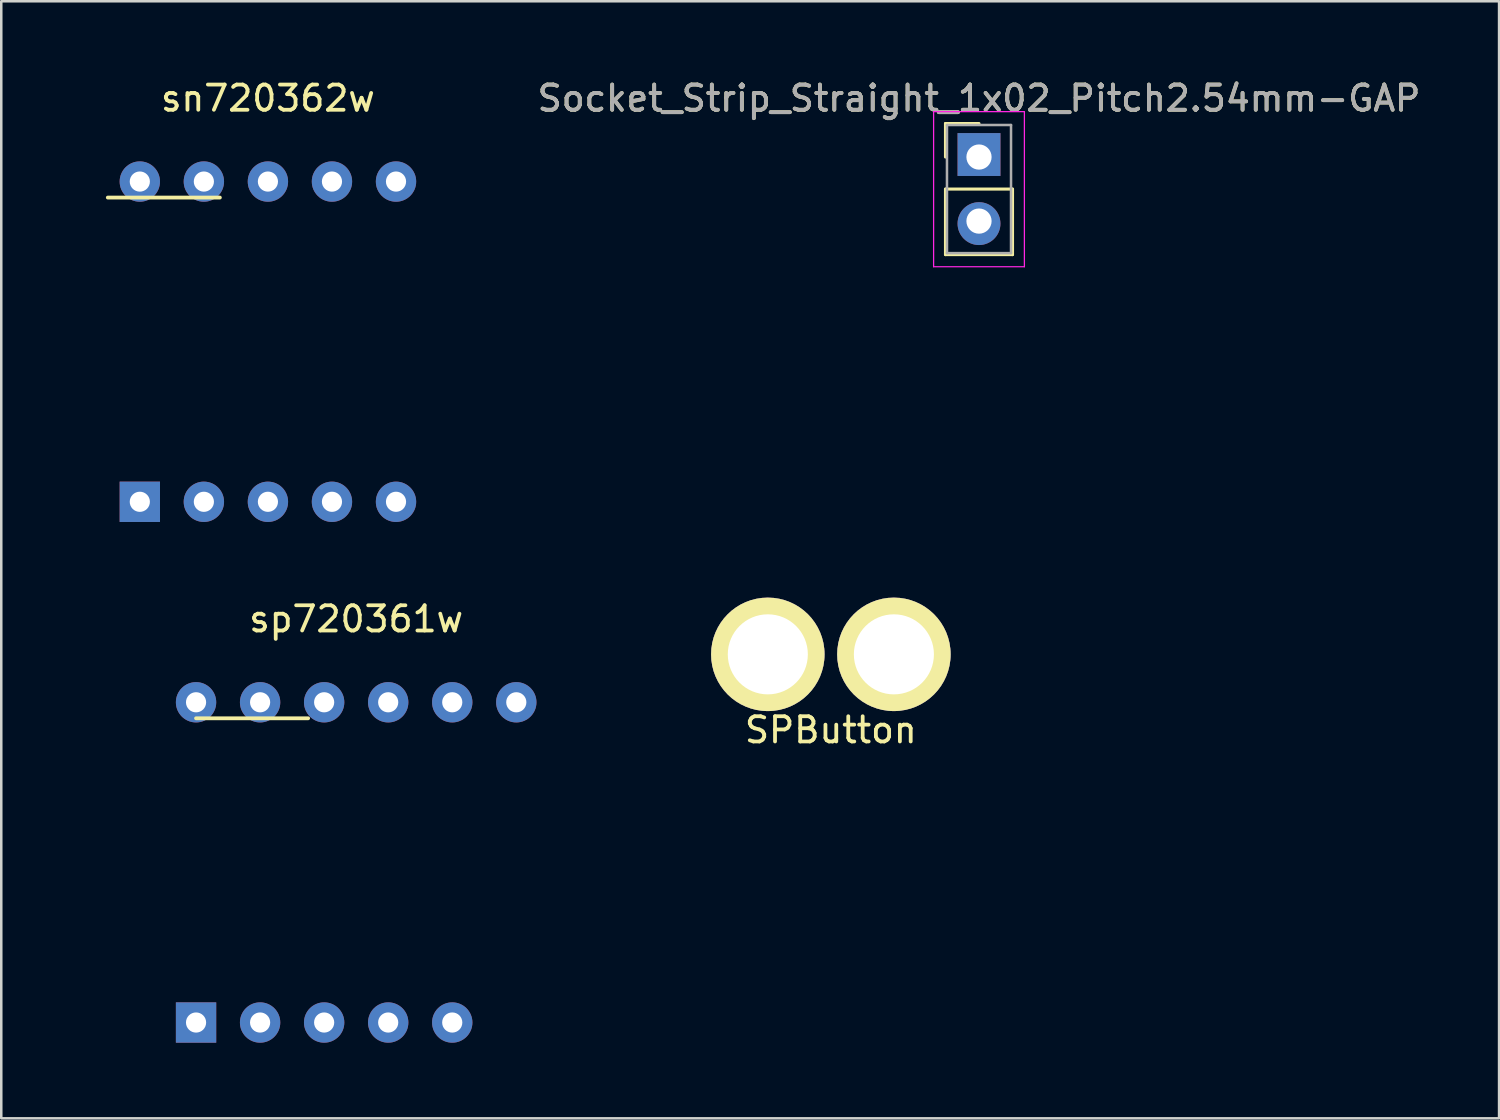
<source format=kicad_pcb>
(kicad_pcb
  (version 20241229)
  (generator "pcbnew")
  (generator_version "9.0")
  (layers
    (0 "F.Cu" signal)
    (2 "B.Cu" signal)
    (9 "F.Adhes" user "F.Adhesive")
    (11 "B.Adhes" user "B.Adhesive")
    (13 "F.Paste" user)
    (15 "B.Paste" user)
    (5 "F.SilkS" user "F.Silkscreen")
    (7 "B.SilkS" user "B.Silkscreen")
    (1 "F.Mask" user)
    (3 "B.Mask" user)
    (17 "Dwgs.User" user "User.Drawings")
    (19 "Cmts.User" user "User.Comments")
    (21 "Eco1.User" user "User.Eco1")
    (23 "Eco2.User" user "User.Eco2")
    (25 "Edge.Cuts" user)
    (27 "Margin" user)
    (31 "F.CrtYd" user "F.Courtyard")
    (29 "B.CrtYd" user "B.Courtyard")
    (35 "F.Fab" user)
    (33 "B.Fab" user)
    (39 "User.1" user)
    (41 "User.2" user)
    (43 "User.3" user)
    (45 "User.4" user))
  (footprint "sp720361w"
    (layer "F.Cu")
    (at 11.075 31.151)
    (property "Reference" "sp720361w" (at 0 -9.652 0) (layer "F.SilkS") (effects (font (size 1 1) (thickness 0.15))))
    (attr through_hole)
    (fp_line (start -6.35 -5.715) (end -1.905 -5.715) (stroke (width 0.15) (type solid)) (layer "F.SilkS"))
    (fp_line (start -11 -7) (end -11 7) (stroke (width 0.15) (type solid)) (layer "B.Paste"))
    (fp_line (start -11 7) (end 11 7) (stroke (width 0.15) (type solid)) (layer "B.Paste"))
    (fp_line (start -9 -1) (end -9 -5) (stroke (width 0.15) (type solid)) (layer "B.Paste"))
    (fp_line (start -9 5) (end -9 1) (stroke (width 0.15) (type solid)) (layer "B.Paste"))
    (fp_line (start -8 -5) (end -6 -5) (stroke (width 0.15) (type solid)) (layer "B.Paste"))
    (fp_line (start -8 -1) (end -6 -1) (stroke (width 0.15) (type solid)) (layer "B.Paste"))
    (fp_line (start -8 1) (end -6 1) (stroke (width 0.15) (type solid)) (layer "B.Paste"))
    (fp_line (start -8 5) (end -6 5) (stroke (width 0.15) (type solid)) (layer "B.Paste"))
    (fp_line (start -5 -1) (end -5 -5) (stroke (width 0.15) (type solid)) (layer "B.Paste"))
    (fp_line (start -5 5) (end -5 1) (stroke (width 0.15) (type solid)) (layer "B.Paste"))
    (fp_line (start -2 -1) (end -2 -5) (stroke (width 0.15) (type solid)) (layer "B.Paste"))
    (fp_line (start -2 1) (end -2 5) (stroke (width 0.15) (type solid)) (layer "B.Paste"))
    (fp_line (start -1 -5) (end 1 -5) (stroke (width 0.15) (type solid)) (layer "B.Paste"))
    (fp_line (start -1 -1) (end 1 -1) (stroke (width 0.15) (type solid)) (layer "B.Paste"))
    (fp_line (start -1 1) (end 1 1) (stroke (width 0.15) (type solid)) (layer "B.Paste"))
    (fp_line (start -1 5) (end 1 5) (stroke (width 0.15) (type solid)) (layer "B.Paste"))
    (fp_line (start 2 -5) (end 2 -1) (stroke (width 0.15) (type solid)) (layer "B.Paste"))
    (fp_line (start 2 1) (end 2 5) (stroke (width 0.15) (type solid)) (layer "B.Paste"))
    (fp_line (start 5 -1) (end 5 -5) (stroke (width 0.15) (type solid)) (layer "B.Paste"))
    (fp_line (start 5 1) (end 5 5) (stroke (width 0.15) (type solid)) (layer "B.Paste"))
    (fp_line (start 6 -5) (end 8 -5) (stroke (width 0.15) (type solid)) (layer "B.Paste"))
    (fp_line (start 6 -1) (end 8 -1) (stroke (width 0.15) (type solid)) (layer "B.Paste"))
    (fp_line (start 6 1) (end 8 1) (stroke (width 0.15) (type solid)) (layer "B.Paste"))
    (fp_line (start 6 5) (end 8 5) (stroke (width 0.15) (type solid)) (layer "B.Paste"))
    (fp_line (start 9 -5) (end 9 -1) (stroke (width 0.15) (type solid)) (layer "B.Paste"))
    (fp_line (start 9 1) (end 9 5) (stroke (width 0.15) (type solid)) (layer "B.Paste"))
    (fp_line (start 11 -7) (end -11 -7) (stroke (width 0.15) (type solid)) (layer "B.Paste"))
    (fp_line (start 11 7) (end 11 -7) (stroke (width 0.15) (type solid)) (layer "B.Paste"))
    (pad "1" thru_hole rect (at -6.35 6.35) (size 1.6 1.6) (drill 0.8) (layers "*.Cu" "*.Mask"))
    (pad "2" thru_hole circle (at -3.81 6.35) (size 1.6 1.6) (drill 0.8) (layers "*.Cu" "*.Mask"))
    (pad "3" thru_hole circle (at -1.27 6.35) (size 1.6 1.6) (drill 0.8) (layers "*.Cu" "*.Mask"))
    (pad "4" thru_hole circle (at 1.27 6.35) (size 1.6 1.6) (drill 0.8) (layers "*.Cu" "*.Mask"))
    (pad "5" thru_hole circle (at 3.81 6.35) (size 1.6 1.6) (drill 0.8) (layers "*.Cu" "*.Mask"))
    (pad "7" thru_hole circle (at 6.35 -6.35) (size 1.6 1.6) (drill 0.8) (layers "*.Cu" "*.Mask"))
    (pad "8" thru_hole circle (at 3.81 -6.35 90) (size 1.6 1.6) (drill 0.8) (layers "*.Cu" "*.Mask"))
    (pad "9" thru_hole circle (at 1.27 -6.35) (size 1.6 1.6) (drill 0.8) (layers "*.Cu" "*.Mask"))
    (pad "10" thru_hole circle (at -1.27 -6.35) (size 1.6 1.6) (drill 0.8) (layers "*.Cu" "*.Mask"))
    (pad "11" thru_hole circle (at -3.81 -6.35) (size 1.6 1.6) (drill 0.8) (layers "*.Cu" "*.Mask"))
    (pad "12" thru_hole circle (at -6.35 -6.35) (size 1.6 1.6) (drill 0.8) (layers "*.Cu" "*.Mask")))
  (footprint "sn720362w"
    (layer "F.Cu")
    (at 7.575 10.5)
    (property "Reference" "sn720362w" (at 0 -9.652 0) (layer "F.SilkS") (effects (font (size 1 1) (thickness 0.15))))
    (attr through_hole)
    (fp_line (start -6.35 -5.715) (end -1.905 -5.715) (stroke (width 0.15) (type solid)) (layer "F.SilkS"))
    (fp_line (start -7.5 -7) (end -7.5 7) (stroke (width 0.15) (type solid)) (layer "B.Paste"))
    (fp_line (start -7.5 -7) (end 7.5 -7) (stroke (width 0.15) (type solid)) (layer "B.Paste"))
    (fp_line (start -7.5 7) (end 7.5 7) (stroke (width 0.15) (type solid)) (layer "B.Paste"))
    (fp_line (start -5.19 -1) (end -5.19 -5) (stroke (width 0.15) (type solid)) (layer "B.Paste"))
    (fp_line (start -5.19 5) (end -5.19 1) (stroke (width 0.15) (type solid)) (layer "B.Paste"))
    (fp_line (start -4.19 -5) (end -2.19 -5) (stroke (width 0.15) (type solid)) (layer "B.Paste"))
    (fp_line (start -4.19 -1) (end -2.19 -1) (stroke (width 0.15) (type solid)) (layer "B.Paste"))
    (fp_line (start -4.19 1) (end -2.19 1) (stroke (width 0.15) (type solid)) (layer "B.Paste"))
    (fp_line (start -4.19 5) (end -2.19 5) (stroke (width 0.15) (type solid)) (layer "B.Paste"))
    (fp_line (start -1.19 -1) (end -1.19 -5) (stroke (width 0.15) (type solid)) (layer "B.Paste"))
    (fp_line (start -1.19 5) (end -1.19 1) (stroke (width 0.15) (type solid)) (layer "B.Paste"))
    (fp_line (start 0.54 -1) (end 0.54 -5) (stroke (width 0.15) (type solid)) (layer "B.Paste"))
    (fp_line (start 0.54 1) (end 0.54 5) (stroke (width 0.15) (type solid)) (layer "B.Paste"))
    (fp_line (start 1.54 -5) (end 3.54 -5) (stroke (width 0.15) (type solid)) (layer "B.Paste"))
    (fp_line (start 1.54 -1) (end 3.54 -1) (stroke (width 0.15) (type solid)) (layer "B.Paste"))
    (fp_line (start 1.54 1) (end 3.54 1) (stroke (width 0.15) (type solid)) (layer "B.Paste"))
    (fp_line (start 1.54 5) (end 3.54 5) (stroke (width 0.15) (type solid)) (layer "B.Paste"))
    (fp_line (start 4.54 -5) (end 4.54 -1) (stroke (width 0.15) (type solid)) (layer "B.Paste"))
    (fp_line (start 4.54 1) (end 4.54 5) (stroke (width 0.15) (type solid)) (layer "B.Paste"))
    (fp_line (start 7.5 7) (end 7.5 -7) (stroke (width 0.15) (type solid)) (layer "B.Paste"))
    (pad "1" thru_hole rect (at -5.08 6.35) (size 1.6 1.6) (drill 0.8) (layers "*.Cu" "*.Mask"))
    (pad "2" thru_hole circle (at -2.54 6.35) (size 1.6 1.6) (drill 0.8) (layers "*.Cu" "*.Mask"))
    (pad "3" thru_hole circle (at 0 6.35) (size 1.6 1.6) (drill 0.8) (layers "*.Cu" "*.Mask"))
    (pad "4" thru_hole circle (at 2.54 6.35) (size 1.6 1.6) (drill 0.8) (layers "*.Cu" "*.Mask"))
    (pad "5" thru_hole circle (at 5.08 6.35) (size 1.6 1.6) (drill 0.8) (layers "*.Cu" "*.Mask"))
    (pad "6" thru_hole circle (at 5.08 -6.35) (size 1.6 1.6) (drill 0.8) (layers "*.Cu" "*.Mask"))
    (pad "7" thru_hole circle (at 2.54 -6.35) (size 1.6 1.6) (drill 0.8) (layers "*.Cu" "*.Mask"))
    (pad "8" thru_hole circle (at 0 -6.35) (size 1.6 1.6) (drill 0.8) (layers "*.Cu" "*.Mask"))
    (pad "9" thru_hole circle (at -2.54 -6.35) (size 1.6 1.6) (drill 0.8) (layers "*.Cu" "*.Mask"))
    (pad "10" thru_hole circle (at -5.08 -6.35) (size 1.6 1.6) (drill 0.8) (layers "*.Cu" "*.Mask")))
  (footprint "Socket_Strip_Straight_1x02_Pitch2.54mm-GAP"
    (layer "F.Cu")
    (at 35.775 3.178)
    (property "Reference" "Socket_Strip_Straight_1x02_Pitch2.54mm-GAP" (at 0 -2.33 0) (layer "F.SilkS") (effects (font (size 1 1) (thickness 0.15))))
    (attr through_hole)
    (fp_line (start -1.33 -1.33) (end 0 -1.33) (stroke (width 0.12) (type solid)) (layer "F.SilkS"))
    (fp_line (start -1.33 0) (end -1.33 -1.33) (stroke (width 0.12) (type solid)) (layer "F.SilkS"))
    (fp_line (start -1.33 1.27) (end -1.33 3.87) (stroke (width 0.12) (type solid)) (layer "F.SilkS"))
    (fp_line (start -1.33 3.87) (end 1.33 3.87) (stroke (width 0.12) (type solid)) (layer "F.SilkS"))
    (fp_line (start 1.33 1.27) (end -1.33 1.27) (stroke (width 0.12) (type solid)) (layer "F.SilkS"))
    (fp_line (start 1.33 3.87) (end 1.33 1.27) (stroke (width 0.12) (type solid)) (layer "F.SilkS"))
    (fp_line (start -1.8 -1.8) (end -1.8 4.35) (stroke (width 0.05) (type solid)) (layer "F.CrtYd"))
    (fp_line (start -1.8 4.35) (end 1.8 4.35) (stroke (width 0.05) (type solid)) (layer "F.CrtYd"))
    (fp_line (start 1.8 -1.8) (end -1.8 -1.8) (stroke (width 0.05) (type solid)) (layer "F.CrtYd"))
    (fp_line (start 1.8 4.35) (end 1.8 -1.8) (stroke (width 0.05) (type solid)) (layer "F.CrtYd"))
    (fp_line (start -1.27 -1.27) (end -1.27 3.81) (stroke (width 0.1) (type solid)) (layer "F.Fab"))
    (fp_line (start -1.27 3.81) (end 1.27 3.81) (stroke (width 0.1) (type solid)) (layer "F.Fab"))
    (fp_line (start 1.27 -1.27) (end -1.27 -1.27) (stroke (width 0.1) (type solid)) (layer "F.Fab"))
    (fp_line (start 1.27 3.81) (end 1.27 -1.27) (stroke (width 0.1) (type solid)) (layer "F.Fab"))
    (fp_text user "${REFERENCE}" (at 0 -2.33 0) (layer "F.Fab") (effects (font (size 1 1) (thickness 0.15))))
    (pad "1" thru_hole rect (at 0 0) (size 1.7 1.7) (drill 1 (offset 0 -0.1)) (layers "*.Cu" "*.Mask"))
    (pad "2" thru_hole oval (at 0 2.54) (size 1.7 1.7) (drill 1 (offset 0 0.1)) (layers "*.Cu" "*.Mask")))
  (footprint "SPButton"
    (layer "F.Cu")
    (at 29.9 22.9)
    (property "Reference" "SPButton" (at 0 3 0) (layer "F.SilkS") (effects (font (size 1 1) (thickness 0.15))))
    (attr through_hole)
    (pad "1" thru_hole circle (at -2.5 0) (size 4.5 4.5) (drill 3.175) (layers "*.Cu" "*.Mask" "F.SilkS"))
    (pad "2" thru_hole circle (at 2.5 0) (size 4.5 4.5) (drill 3.175) (layers "*.Cu" "*.Mask" "F.SilkS")))
  (gr_rect
    (start -3 -3)
    (end 56.4 41.3)
    (stroke (width 0.1) (type default))
    (fill no)
    (layer "Edge.Cuts")))
</source>
